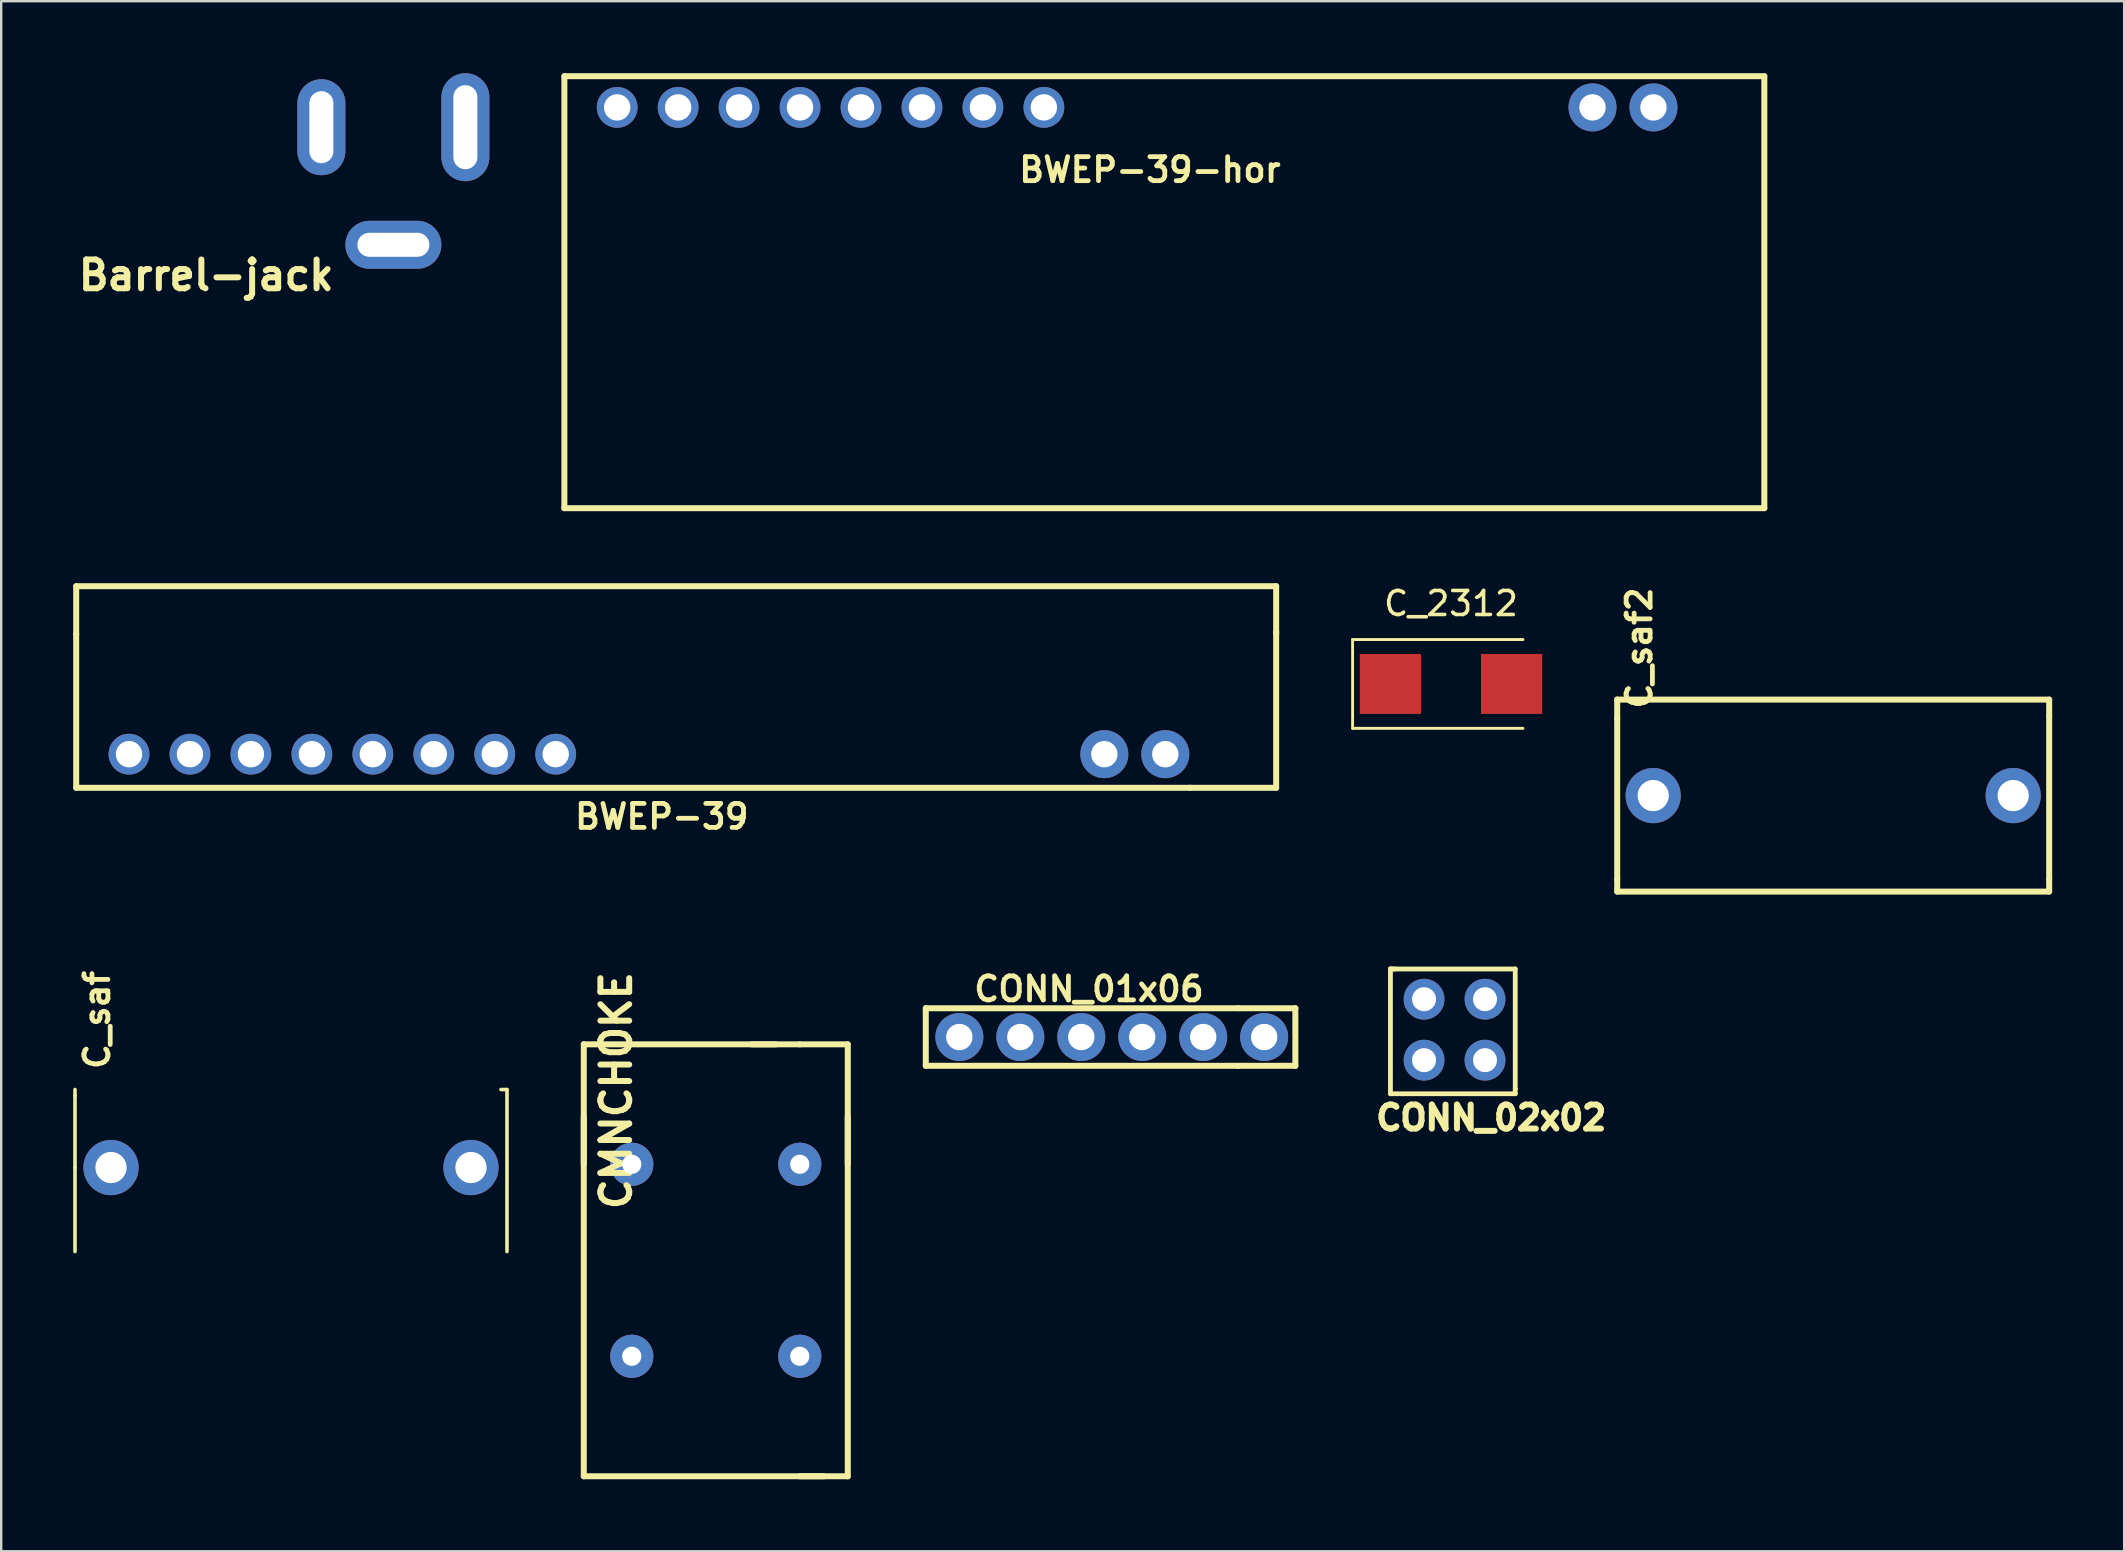
<source format=kicad_pcb>
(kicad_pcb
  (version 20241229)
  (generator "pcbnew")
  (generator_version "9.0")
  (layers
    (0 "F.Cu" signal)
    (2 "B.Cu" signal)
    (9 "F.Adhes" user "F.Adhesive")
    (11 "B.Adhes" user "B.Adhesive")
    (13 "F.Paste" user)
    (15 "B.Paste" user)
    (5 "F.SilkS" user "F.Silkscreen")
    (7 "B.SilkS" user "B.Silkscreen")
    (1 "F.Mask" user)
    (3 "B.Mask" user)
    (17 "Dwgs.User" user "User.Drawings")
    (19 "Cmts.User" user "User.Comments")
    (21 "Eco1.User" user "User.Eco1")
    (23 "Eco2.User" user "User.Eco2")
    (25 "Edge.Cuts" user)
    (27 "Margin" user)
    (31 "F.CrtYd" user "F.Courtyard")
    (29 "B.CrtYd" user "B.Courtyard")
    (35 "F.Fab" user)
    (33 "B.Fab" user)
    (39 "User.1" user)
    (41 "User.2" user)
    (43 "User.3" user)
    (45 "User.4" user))
  (footprint "BWEP-39"
    (layer "F.Cu")
    (at 2.325 28.375)
    (property "Reference" "BWEP-39" (at 22.2 2.6 0) (layer "F.SilkS") (effects (font (size 1 1) (thickness 0.2))))
    (attr through_hole)
    (fp_line (start -2.2 -7) (end 47.8 -7) (stroke (width 0.25) (type solid)) (layer "F.SilkS"))
    (fp_line (start -2.2 -5) (end -2.2 -7) (stroke (width 0.25) (type solid)) (layer "F.SilkS"))
    (fp_line (start -2.2 -5) (end -2.2 1.4) (stroke (width 0.25) (type solid)) (layer "F.SilkS"))
    (fp_line (start -2.2 1.4) (end 44.2 1.4) (stroke (width 0.25) (type solid)) (layer "F.SilkS"))
    (fp_line (start 44.2 1.4) (end 47.8 1.4) (stroke (width 0.25) (type solid)) (layer "F.SilkS"))
    (fp_line (start 47.8 -7) (end 47.8 -5) (stroke (width 0.25) (type solid)) (layer "F.SilkS"))
    (fp_line (start 47.8 1.4) (end 47.8 -5.1) (stroke (width 0.25) (type solid)) (layer "F.SilkS"))
    (pad "1" thru_hole circle (at 17.78 0) (size 1.7 1.7) (drill 1.1) (layers "*.Cu" "*.Mask"))
    (pad "2" thru_hole circle (at 15.24 0) (size 1.7 1.7) (drill 1.1) (layers "*.Cu" "*.Mask"))
    (pad "3" thru_hole circle (at 12.7 0) (size 1.7 1.7) (drill 1.1) (layers "*.Cu" "*.Mask"))
    (pad "4" thru_hole circle (at 10.16 0) (size 1.7 1.7) (drill 1.1) (layers "*.Cu" "*.Mask"))
    (pad "5" thru_hole circle (at 7.62 0) (size 1.7 1.7) (drill 1.1) (layers "*.Cu" "*.Mask"))
    (pad "6" thru_hole circle (at 5.08 0) (size 1.7 1.7) (drill 1.1) (layers "*.Cu" "*.Mask"))
    (pad "7" thru_hole circle (at 2.54 0) (size 1.7 1.7) (drill 1.1) (layers "*.Cu" "*.Mask"))
    (pad "8" thru_hole circle (at 0 0) (size 1.7 1.7) (drill 1.1) (layers "*.Cu" "*.Mask"))
    (pad "9" thru_hole circle (at 43.18 0) (size 2 2) (drill 1.1) (layers "*.Cu" "*.Mask"))
    (pad "10" thru_hole circle (at 40.64 0) (size 2 2) (drill 1.1) (layers "*.Cu" "*.Mask")))
  (footprint "C_2312"
    (layer "F.Cu")
    (at 57.41 25.448)
    (property "Reference" "C_2312" (at 0 -3.35 0) (layer "F.SilkS") (effects (font (size 1 1) (thickness 0.15))))
    (attr smd)
    (fp_line (start -4.1 -1.85) (end -4.1 1.85) (stroke (width 0.12) (type solid)) (layer "F.SilkS"))
    (fp_line (start -4.1 -1.85) (end 3 -1.85) (stroke (width 0.12) (type solid)) (layer "F.SilkS"))
    (fp_line (start -4.1 1.85) (end 3 1.85) (stroke (width 0.12) (type solid)) (layer "F.SilkS"))
    (pad "1" smd rect (at -2.525 0) (size 2.55 2.5) (layers "F.Cu" "F.Mask" "F.Paste"))
    (pad "2" smd rect (at 2.525 0) (size 2.55 2.5) (layers "F.Cu" "F.Mask" "F.Paste")))
  (footprint "CONN_01x06"
    (layer "F.Cu")
    (at 36.925 40.161)
    (property "Reference" "CONN_01x06" (at 5.4 -2 0) (layer "F.SilkS") (effects (font (size 1 1) (thickness 0.2))))
    (attr through_hole)
    (fp_line (start -1.4 -1.2) (end -1.4 1.2) (stroke (width 0.25) (type solid)) (layer "F.SilkS"))
    (fp_line (start -1.4 1.2) (end 11.6 1.2) (stroke (width 0.25) (type solid)) (layer "F.SilkS"))
    (fp_line (start -1.2 -1.2) (end -1.4 -1.2) (stroke (width 0.15) (type solid)) (layer "F.SilkS"))
    (fp_line (start 11.6 -1.2) (end -1.4 -1.2) (stroke (width 0.25) (type solid)) (layer "F.SilkS"))
    (fp_line (start 11.6 -1.2) (end 14 -1.2) (stroke (width 0.25) (type solid)) (layer "F.SilkS"))
    (fp_line (start 14 -1.2) (end 14 1.2) (stroke (width 0.25) (type solid)) (layer "F.SilkS"))
    (fp_line (start 14 1.2) (end 11.6 1.2) (stroke (width 0.25) (type solid)) (layer "F.SilkS"))
    (pad "1" thru_hole circle (at 0 0) (size 2 2) (drill 1.1) (layers "*.Cu" "*.Mask"))
    (pad "2" thru_hole circle (at 2.54 0) (size 2 2) (drill 1.1) (layers "*.Cu" "*.Mask"))
    (pad "3" thru_hole circle (at 5.08 0) (size 2 2) (drill 1.1) (layers "*.Cu" "*.Mask"))
    (pad "4" thru_hole circle (at 7.62 0) (size 2 2) (drill 1.1) (layers "*.Cu" "*.Mask"))
    (pad "5" thru_hole circle (at 10.16 0) (size 2 2) (drill 1.1) (layers "*.Cu" "*.Mask"))
    (pad "6" thru_hole circle (at 12.7 0) (size 2 2) (drill 1.1) (layers "*.Cu" "*.Mask")))
  (footprint "CMNCHOKE"
    (layer "F.Cu")
    (at 23.275 45.464)
    (property "Reference" "CMNCHOKE" (at -0.65 -3.07 90) (layer "F.SilkS") (effects (font (size 1.2 1.2) (thickness 0.25))))
    (attr through_hole)
    (fp_line (start -2 -5) (end 6 -5) (stroke (width 0.25) (type solid)) (layer "F.SilkS"))
    (fp_line (start -2 0) (end -2 -5) (stroke (width 0.25) (type solid)) (layer "F.SilkS"))
    (fp_line (start -2 13) (end -2 -2) (stroke (width 0.25) (type solid)) (layer "F.SilkS"))
    (fp_line (start 7 -5) (end 5 -5) (stroke (width 0.25) (type solid)) (layer "F.SilkS"))
    (fp_line (start 7 13) (end 9 13) (stroke (width 0.25) (type solid)) (layer "F.SilkS"))
    (fp_line (start 8 13) (end -2 13) (stroke (width 0.25) (type solid)) (layer "F.SilkS"))
    (fp_line (start 9 -5) (end 7 -5) (stroke (width 0.25) (type solid)) (layer "F.SilkS"))
    (fp_line (start 9 0) (end 9 -5) (stroke (width 0.25) (type solid)) (layer "F.SilkS"))
    (fp_line (start 9 13) (end 9 -2) (stroke (width 0.25) (type solid)) (layer "F.SilkS"))
    (pad "1" thru_hole circle (at 0 0) (size 1.8 1.8) (drill 0.8) (layers "*.Cu" "*.Mask"))
    (pad "2" thru_hole circle (at 7 0) (size 1.8 1.8) (drill 0.8) (layers "*.Cu" "*.Mask"))
    (pad "3" thru_hole circle (at 7 8) (size 1.8 1.8) (drill 0.8) (layers "*.Cu" "*.Mask"))
    (pad "4" thru_hole circle (at 0 8) (size 1.8 1.8) (drill 0.8) (layers "*.Cu" "*.Mask")))
  (footprint "C_saf"
    (layer "F.Cu")
    (at 1.575 45.599)
    (property "Reference" "C_saf" (at -0.58 -6.15 90) (layer "F.SilkS") (effects (font (size 1 1) (thickness 0.2))))
    (attr through_hole)
    (fp_line (start -1.5 -3) (end -1.5 -3.25) (stroke (width 0.15) (type solid)) (layer "F.SilkS"))
    (fp_line (start -1.5 0) (end -1.5 -3) (stroke (width 0.15) (type solid)) (layer "F.SilkS"))
    (fp_line (start -1.5 3.5) (end -1.5 0) (stroke (width 0.15) (type solid)) (layer "F.SilkS"))
    (fp_line (start 16.25 -3.25) (end 16.5 -3.25) (stroke (width 0.15) (type solid)) (layer "F.SilkS"))
    (fp_line (start 16.5 -3.25) (end 16.5 3.5) (stroke (width 0.15) (type solid)) (layer "F.SilkS"))
    (pad "1" thru_hole circle (at 0 0) (size 2.3 2.3) (drill 1.3) (layers "*.Cu" "*.Mask"))
    (pad "2" thru_hole circle (at 15 0) (size 2.3 2.3) (drill 1.3) (layers "*.Cu" "*.Mask")))
  (footprint "BWEP-39-hor"
    (layer "F.Cu")
    (at 22.666 1.425)
    (property "Reference" "BWEP-39-hor" (at 22.2 2.6 0) (layer "F.SilkS") (effects (font (size 1 1) (thickness 0.2))))
    (attr through_hole)
    (fp_line (start -2.2 -1.3) (end -2.2 16.7) (stroke (width 0.25) (type solid)) (layer "F.SilkS"))
    (fp_line (start -2.2 -1.3) (end 47.8 -1.3) (stroke (width 0.25) (type solid)) (layer "F.SilkS"))
    (fp_line (start -2.2 16.7) (end 47.8 16.7) (stroke (width 0.25) (type solid)) (layer "F.SilkS"))
    (fp_line (start 47.8 -1.3) (end 47.8 16.7) (stroke (width 0.25) (type solid)) (layer "F.SilkS"))
    (pad "1" thru_hole circle (at 17.78 0) (size 1.7 1.7) (drill 1.1) (layers "*.Cu" "*.Mask"))
    (pad "2" thru_hole circle (at 15.24 0) (size 1.7 1.7) (drill 1.1) (layers "*.Cu" "*.Mask"))
    (pad "3" thru_hole circle (at 12.7 0) (size 1.7 1.7) (drill 1.1) (layers "*.Cu" "*.Mask"))
    (pad "4" thru_hole circle (at 10.16 0) (size 1.7 1.7) (drill 1.1) (layers "*.Cu" "*.Mask"))
    (pad "5" thru_hole circle (at 7.62 0) (size 1.7 1.7) (drill 1.1) (layers "*.Cu" "*.Mask"))
    (pad "6" thru_hole circle (at 5.08 0) (size 1.7 1.7) (drill 1.1) (layers "*.Cu" "*.Mask"))
    (pad "7" thru_hole circle (at 2.54 0) (size 1.7 1.7) (drill 1.1) (layers "*.Cu" "*.Mask"))
    (pad "8" thru_hole circle (at 0 0) (size 1.7 1.7) (drill 1.1) (layers "*.Cu" "*.Mask"))
    (pad "9" thru_hole circle (at 43.18 0) (size 2 2) (drill 1.1) (layers "*.Cu" "*.Mask"))
    (pad "10" thru_hole circle (at 40.64 0) (size 2 2) (drill 1.1) (layers "*.Cu" "*.Mask")))
  (footprint "Barrel-jack"
    (layer "F.Cu")
    (at 10.341 7.15)
    (property "Reference" "Barrel-jack" (at -4.8 1.27 0) (layer "F.SilkS") (effects (font (size 1.2 1.2) (thickness 0.25))))
    (attr through_hole)
    (pad "1" thru_hole oval (at 6 -4.9) (size 2 4.5) (drill oval 1 3.5) (layers "*.Cu" "*.Mask"))
    (pad "2" thru_hole oval (at 0 -4.9) (size 2 4) (drill oval 1 3) (layers "*.Cu" "*.Mask"))
    (pad "3" thru_hole oval (at 3 0) (size 4 2) (drill oval 3 1) (layers "*.Cu" "*.Mask")))
  (footprint "CONN_02x02"
    (layer "F.Cu")
    (at 56.287 41.125)
    (property "Reference" "CONN_02x02" (at 2.8 2.4 0) (layer "F.SilkS") (effects (font (size 1 1) (thickness 0.25))))
    (attr through_hole)
    (fp_line (start -1.4 -3.8) (end -1.4 1.4) (stroke (width 0.2) (type solid)) (layer "F.SilkS"))
    (fp_line (start -1.4 -3.8) (end 3.8 -3.8) (stroke (width 0.2) (type solid)) (layer "F.SilkS"))
    (fp_line (start -1.2 -3.8) (end -1.4 -3.8) (stroke (width 0.2) (type solid)) (layer "F.SilkS"))
    (fp_line (start 3.8 -3.8) (end 3.8 1.2) (stroke (width 0.2) (type solid)) (layer "F.SilkS"))
    (fp_line (start 3.8 1.2) (end 3.8 1.4) (stroke (width 0.2) (type solid)) (layer "F.SilkS"))
    (fp_line (start 3.8 1.4) (end -1.4 1.4) (stroke (width 0.2) (type solid)) (layer "F.SilkS"))
    (pad "1" thru_hole circle (at 0 0) (size 1.7 1.7) (drill 1) (layers "*.Cu" "*.Mask"))
    (pad "2" thru_hole circle (at 0 -2.54) (size 1.7 1.7) (drill 1) (layers "*.Cu" "*.Mask"))
    (pad "3" thru_hole circle (at 2.54 0) (size 1.7 1.7) (drill 1) (layers "*.Cu" "*.Mask"))
    (pad "4" thru_hole circle (at 2.54 -2.54) (size 1.7 1.7) (drill 1) (layers "*.Cu" "*.Mask")))
  (footprint "C_saf2"
    (layer "F.Cu")
    (at 65.835 30.1)
    (property "Reference" "C_saf2" (at -0.58 -6.15 90) (layer "F.SilkS") (effects (font (size 1 1) (thickness 0.2))))
    (attr through_hole)
    (fp_line (start -1.5 -4) (end 16.5 -4) (stroke (width 0.25) (type solid)) (layer "F.SilkS"))
    (fp_line (start -1.5 -3.2) (end -1.5 -4) (stroke (width 0.25) (type solid)) (layer "F.SilkS"))
    (fp_line (start -1.5 3.5) (end -1.5 -3.2) (stroke (width 0.25) (type solid)) (layer "F.SilkS"))
    (fp_line (start -1.5 3.5) (end -1.5 4) (stroke (width 0.25) (type solid)) (layer "F.SilkS"))
    (fp_line (start -1.5 4) (end 16.5 4) (stroke (width 0.25) (type solid)) (layer "F.SilkS"))
    (fp_line (start 16.5 -4) (end 16.5 -3.3) (stroke (width 0.25) (type solid)) (layer "F.SilkS"))
    (fp_line (start 16.5 3.5) (end 16.5 -3.3) (stroke (width 0.25) (type solid)) (layer "F.SilkS"))
    (fp_line (start 16.5 4) (end 16.5 3.5) (stroke (width 0.25) (type solid)) (layer "F.SilkS"))
    (pad "1" thru_hole circle (at 0 0) (size 2.3 2.3) (drill 1.3) (layers "*.Cu" "*.Mask"))
    (pad "2" thru_hole circle (at 15 0) (size 2.3 2.3) (drill 1.3) (layers "*.Cu" "*.Mask")))
  (gr_rect
    (start -3 -3)
    (end 85.46 61.589)
    (stroke (width 0.1) (type default))
    (fill no)
    (layer "Edge.Cuts")))
</source>
